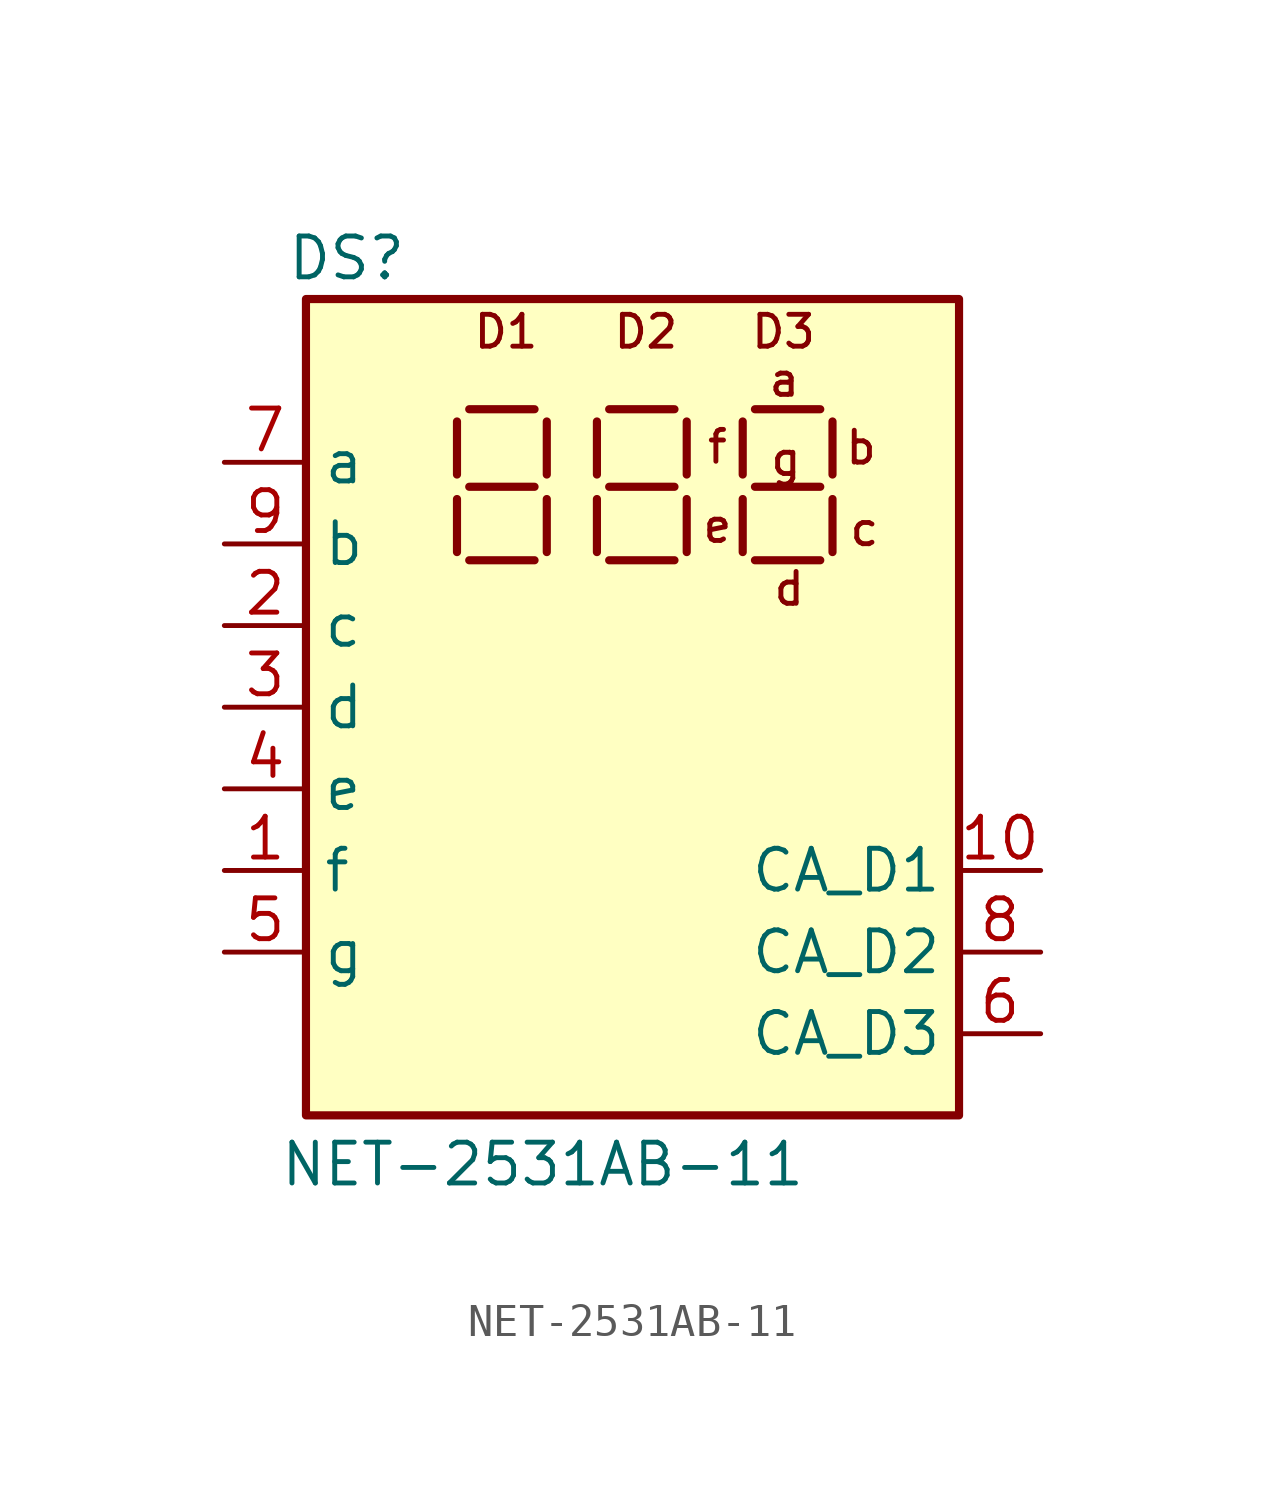
<source format=kicad_sym>
(kicad_symbol_lib
  (version 20211014)
  (generator kicad_symbol_editor)
  (symbol "NET-2531AB-11"
    (property "Reference" "DS"
      (at -8.89 13.97 0)
      (effects (font (size 1.27 1.27))))
    (property "Value" "NET-2531AB-11"
      (at -2.794 -14.224 0)
      (effects (font (size 1.27 1.27))))
    (symbol "NET-2531AB-11_0_0"
      (text "a" (at 4.724 10.185 0) (effects (font (size 0.991 0.991))))
      (text "b" (at 7.112 8.077 0) (effects (font (size 0.991 0.991))))
      (text "c" (at 7.214 5.537 0) (effects (font (size 0.991 0.991))))
      (text "d" (at 4.877 3.683 0) (effects (font (size 0.991 0.991))))
      (text "D1" (at -3.937 11.684 0) (effects (font (size 0.991 0.991))))
      (text "D2" (at 0.417 11.684 0) (effects (font (size 0.991 0.991))))
      (text "D3" (at 4.699 11.684 0) (effects (font (size 0.991 0.991))))
      (text "e" (at 2.642 5.639 0) (effects (font (size 0.991 0.991))))
      (text "f" (at 2.642 8.103 0) (effects (font (size 0.991 0.991))))
      (text "g" (at 4.775 7.722 0) (effects (font (size 0.991 0.991)))))
    (symbol "NET-2531AB-11_0_1"
      (rectangle (start -10.16 12.7) (end 10.16 -12.7) (stroke (width 0.254) (type default) (color 0 0 0 0)) (fill (type background)))
      (polyline (pts (xy -5.461 4.826) (xy -5.461 6.477)) (stroke (width 0.254) (type default) (color 0 0 0 0)) (fill (type none)))
      (polyline (pts (xy -5.461 7.239) (xy -5.461 8.89)) (stroke (width 0.254) (type default) (color 0 0 0 0)) (fill (type none)))
      (polyline (pts (xy -5.08 4.572) (xy -3.048 4.572)) (stroke (width 0.254) (type default) (color 0 0 0 0)) (fill (type none)))
      (polyline (pts (xy -5.08 6.858) (xy -3.048 6.858)) (stroke (width 0.254) (type default) (color 0 0 0 0)) (fill (type none)))
      (polyline (pts (xy -5.08 9.271) (xy -3.048 9.271)) (stroke (width 0.254) (type default) (color 0 0 0 0)) (fill (type none)))
      (polyline (pts (xy -2.667 4.826) (xy -2.667 6.477)) (stroke (width 0.254) (type default) (color 0 0 0 0)) (fill (type none)))
      (polyline (pts (xy -2.667 7.239) (xy -2.667 8.89)) (stroke (width 0.254) (type default) (color 0 0 0 0)) (fill (type none)))
      (polyline (pts (xy -1.107 4.826) (xy -1.107 6.477)) (stroke (width 0.254) (type default) (color 0 0 0 0)) (fill (type none)))
      (polyline (pts (xy -1.107 7.239) (xy -1.107 8.89)) (stroke (width 0.254) (type default) (color 0 0 0 0)) (fill (type none)))
      (polyline (pts (xy -0.726 4.572) (xy 1.306 4.572)) (stroke (width 0.254) (type default) (color 0 0 0 0)) (fill (type none)))
      (polyline (pts (xy -0.726 6.858) (xy 1.306 6.858)) (stroke (width 0.254) (type default) (color 0 0 0 0)) (fill (type none)))
      (polyline (pts (xy -0.726 9.271) (xy 1.306 9.271)) (stroke (width 0.254) (type default) (color 0 0 0 0)) (fill (type none)))
      (polyline (pts (xy 1.687 4.826) (xy 1.687 6.477)) (stroke (width 0.254) (type default) (color 0 0 0 0)) (fill (type none)))
      (polyline (pts (xy 1.687 7.239) (xy 1.687 8.89)) (stroke (width 0.254) (type default) (color 0 0 0 0)) (fill (type none)))
      (polyline (pts (xy 3.429 4.826) (xy 3.429 6.477)) (stroke (width 0.254) (type default) (color 0 0 0 0)) (fill (type none)))
      (polyline (pts (xy 3.429 7.239) (xy 3.429 8.89)) (stroke (width 0.254) (type default) (color 0 0 0 0)) (fill (type none)))
      (polyline (pts (xy 3.81 4.572) (xy 5.842 4.572)) (stroke (width 0.254) (type default) (color 0 0 0 0)) (fill (type none)))
      (polyline (pts (xy 3.81 6.858) (xy 5.842 6.858)) (stroke (width 0.254) (type default) (color 0 0 0 0)) (fill (type none)))
      (polyline (pts (xy 3.81 9.271) (xy 5.842 9.271)) (stroke (width 0.254) (type default) (color 0 0 0 0)) (fill (type none)))
      (polyline (pts (xy 6.223 4.826) (xy 6.223 6.477)) (stroke (width 0.254) (type default) (color 0 0 0 0)) (fill (type none)))
      (polyline (pts (xy 6.223 7.239) (xy 6.223 8.89)) (stroke (width 0.254) (type default) (color 0 0 0 0)) (fill (type none))))
    (symbol "NET-2531AB-11_1_1"
      (pin input line (at -12.7 -5.08 0) (length 2.54) (name "f" (effects (font (size 1.27 1.27)))) (number "1" (effects (font (size 1.27 1.27)))))
      (pin input line (at 12.7 -5.08 180) (length 2.54) (name "CA_D1" (effects (font (size 1.27 1.27)))) (number "10" (effects (font (size 1.27 1.27)))))
      (pin input line (at -12.7 2.54 0) (length 2.54) (name "c" (effects (font (size 1.27 1.27)))) (number "2" (effects (font (size 1.27 1.27)))))
      (pin input line (at -12.7 0 0) (length 2.54) (name "d" (effects (font (size 1.27 1.27)))) (number "3" (effects (font (size 1.27 1.27)))))
      (pin input line (at -12.7 -2.54 0) (length 2.54) (name "e" (effects (font (size 1.27 1.27)))) (number "4" (effects (font (size 1.27 1.27)))))
      (pin input line (at -12.7 -7.62 0) (length 2.54) (name "g" (effects (font (size 1.27 1.27)))) (number "5" (effects (font (size 1.27 1.27)))))
      (pin input line (at 12.7 -10.16 180) (length 2.54) (name "CA_D3" (effects (font (size 1.27 1.27)))) (number "6" (effects (font (size 1.27 1.27)))))
      (pin input line (at -12.7 7.62 0) (length 2.54) (name "a" (effects (font (size 1.27 1.27)))) (number "7" (effects (font (size 1.27 1.27)))))
      (pin input line (at 12.7 -7.62 180) (length 2.54) (name "CA_D2" (effects (font (size 1.27 1.27)))) (number "8" (effects (font (size 1.27 1.27)))))
      (pin input line (at -12.7 5.08 0) (length 2.54) (name "b" (effects (font (size 1.27 1.27)))) (number "9" (effects (font (size 1.27 1.27))))))))
</source>
